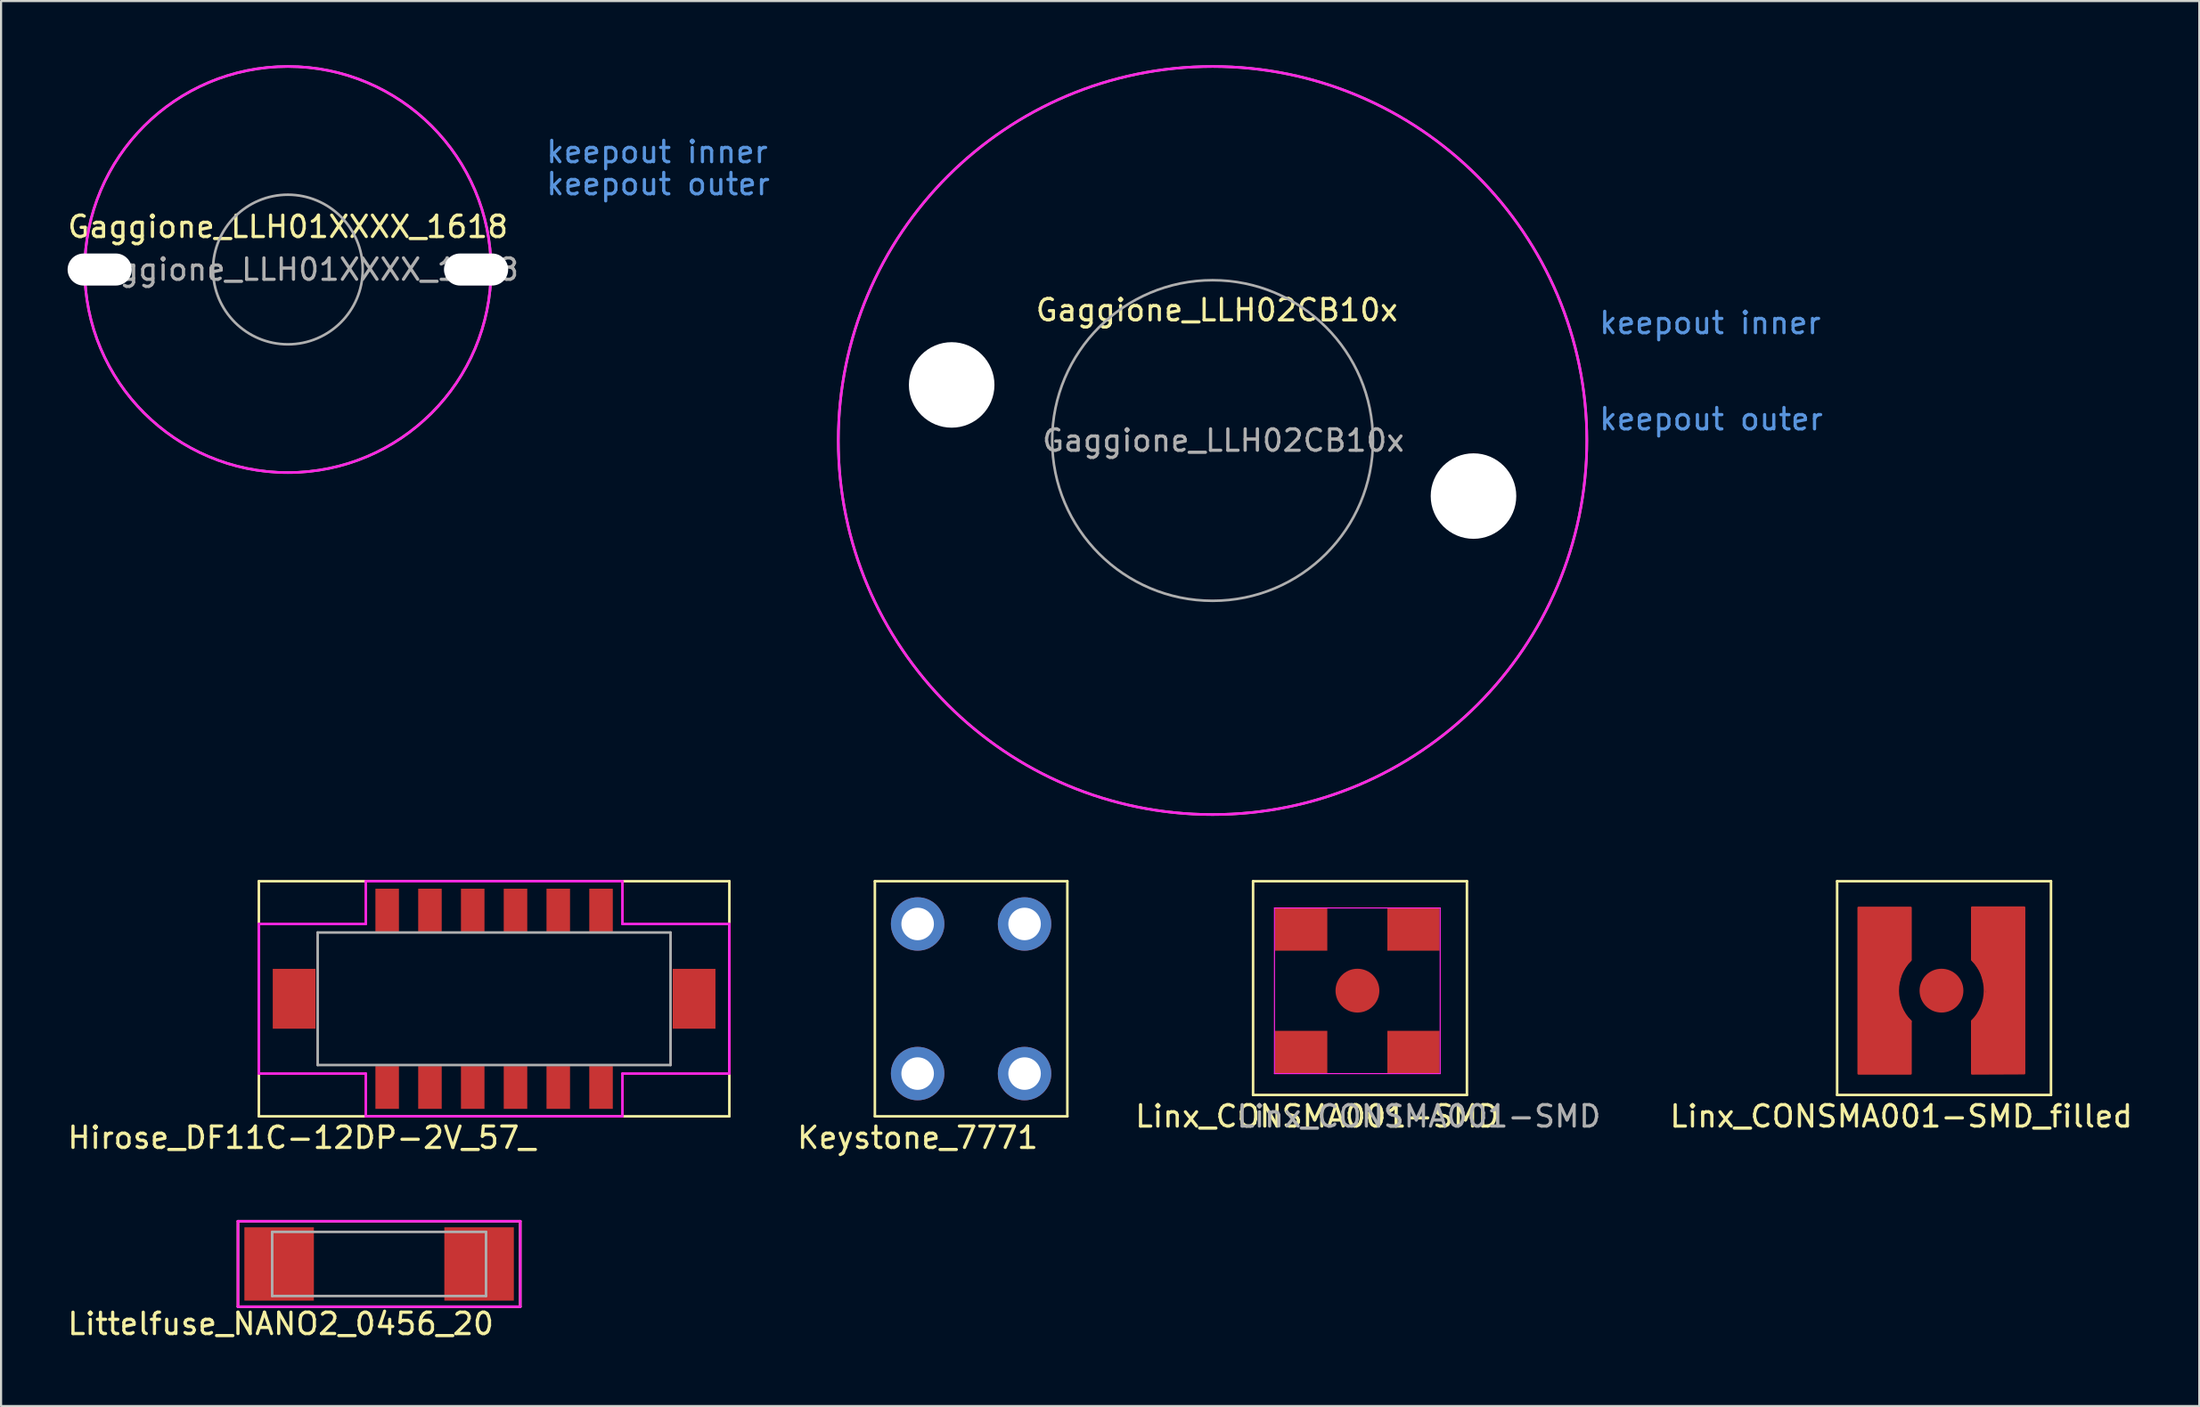
<source format=kicad_pcb>
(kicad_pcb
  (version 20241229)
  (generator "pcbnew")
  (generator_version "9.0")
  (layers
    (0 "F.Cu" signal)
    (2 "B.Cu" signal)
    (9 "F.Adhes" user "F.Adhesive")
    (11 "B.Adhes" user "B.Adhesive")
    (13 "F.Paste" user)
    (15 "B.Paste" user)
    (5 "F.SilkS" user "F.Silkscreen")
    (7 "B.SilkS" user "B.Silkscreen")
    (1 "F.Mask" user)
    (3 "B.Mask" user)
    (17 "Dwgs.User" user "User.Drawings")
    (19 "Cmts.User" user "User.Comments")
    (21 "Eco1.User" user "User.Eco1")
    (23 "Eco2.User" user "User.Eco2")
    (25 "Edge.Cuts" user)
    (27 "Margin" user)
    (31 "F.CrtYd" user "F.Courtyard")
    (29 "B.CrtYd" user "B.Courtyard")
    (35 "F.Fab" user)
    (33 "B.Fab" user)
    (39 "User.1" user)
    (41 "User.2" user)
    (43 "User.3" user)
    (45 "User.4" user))
  (footprint "Hirose_DF11C-12DP-2V_57_"
    (layer "F.Cu")
    (at 20.054 43.68)
    (property "Reference" "Hirose_DF11C-12DP-2V_57_" (at -9 6.5 0) (layer "F.SilkS") (effects (font (size 1 1) (thickness 0.15))))
    (attr through_hole)
    (fp_line (start -11 -5.5) (end 11 -5.5) (stroke (width 0.12) (type solid)) (layer "F.SilkS"))
    (fp_line (start -11 5.5) (end -11 -5.5) (stroke (width 0.12) (type solid)) (layer "F.SilkS"))
    (fp_line (start 11 -5.5) (end 11 5.5) (stroke (width 0.12) (type solid)) (layer "F.SilkS"))
    (fp_line (start 11 5.5) (end -11 5.5) (stroke (width 0.12) (type solid)) (layer "F.SilkS"))
    (fp_line (start -11 3.5) (end -11 -3.5) (stroke (width 0.12) (type solid)) (layer "F.CrtYd"))
    (fp_line (start -6 -5.5) (end 6 -5.5) (stroke (width 0.12) (type solid)) (layer "F.CrtYd"))
    (fp_line (start -6 -3.5) (end -11 -3.5) (stroke (width 0.12) (type solid)) (layer "F.CrtYd"))
    (fp_line (start -6 -3.5) (end -6 -5.5) (stroke (width 0.12) (type solid)) (layer "F.CrtYd"))
    (fp_line (start -6 3.5) (end -11 3.5) (stroke (width 0.12) (type solid)) (layer "F.CrtYd"))
    (fp_line (start -6 5.5) (end -6 3.5) (stroke (width 0.12) (type solid)) (layer "F.CrtYd"))
    (fp_line (start 6 -5.5) (end 6 -3.5) (stroke (width 0.12) (type solid)) (layer "F.CrtYd"))
    (fp_line (start 6 -3.5) (end 11 -3.5) (stroke (width 0.12) (type solid)) (layer "F.CrtYd"))
    (fp_line (start 6 3.5) (end 6 5.5) (stroke (width 0.12) (type solid)) (layer "F.CrtYd"))
    (fp_line (start 6 5.5) (end -6 5.5) (stroke (width 0.12) (type solid)) (layer "F.CrtYd"))
    (fp_line (start 11 -3.5) (end 11 3.5) (stroke (width 0.12) (type solid)) (layer "F.CrtYd"))
    (fp_line (start 11 3.5) (end 6 3.5) (stroke (width 0.12) (type solid)) (layer "F.CrtYd"))
    (fp_line (start -8.25 -3.1) (end -8.25 3.1) (stroke (width 0.12) (type solid)) (layer "F.Fab"))
    (fp_line (start -8.25 -3.1) (end 8.25 -3.1) (stroke (width 0.12) (type solid)) (layer "F.Fab"))
    (fp_line (start -8.25 3.1) (end 8.25 3.1) (stroke (width 0.12) (type solid)) (layer "F.Fab"))
    (fp_line (start 8.25 -3.1) (end 8.25 3.1) (stroke (width 0.12) (type solid)) (layer "F.Fab"))
    (pad "1" smd rect (at 5 4.15) (size 1.1 2) (layers "F.Cu" "F.Mask" "F.Paste"))
    (pad "2" smd rect (at 5 -4.15) (size 1.1 2) (layers "F.Cu" "F.Mask" "F.Paste"))
    (pad "3" smd rect (at 3 4.15) (size 1.1 2) (layers "F.Cu" "F.Mask" "F.Paste"))
    (pad "4" smd rect (at 3 -4.15) (size 1.1 2) (layers "F.Cu" "F.Mask" "F.Paste"))
    (pad "5" smd rect (at 1 4.15) (size 1.1 2) (layers "F.Cu" "F.Mask" "F.Paste"))
    (pad "6" smd rect (at 1 -4.15) (size 1.1 2) (layers "F.Cu" "F.Mask" "F.Paste"))
    (pad "7" smd rect (at -1 4.15) (size 1.1 2) (layers "F.Cu" "F.Mask" "F.Paste"))
    (pad "8" smd rect (at -1 -4.15) (size 1.1 2) (layers "F.Cu" "F.Mask" "F.Paste"))
    (pad "9" smd rect (at -3 4.15) (size 1.1 2) (layers "F.Cu" "F.Mask" "F.Paste"))
    (pad "10" smd rect (at -3 -4.15) (size 1.1 2) (layers "F.Cu" "F.Mask" "F.Paste"))
    (pad "11" smd rect (at -5 4.15) (size 1.1 2) (layers "F.Cu" "F.Mask" "F.Paste"))
    (pad "12" smd rect (at -5 -4.15) (size 1.1 2) (layers "F.Cu" "F.Mask" "F.Paste"))
    (pad "13" smd rect (at -9.35 0) (size 2 2.8) (layers "F.Cu" "F.Mask" "F.Paste"))
    (pad "13" smd rect (at 9.35 0) (size 2 2.8) (layers "F.Cu" "F.Mask" "F.Paste")))
  (footprint "Linx_CONSMA001-SMD"
    (layer "F.Cu")
    (at 56.543 47.18)
    (property "Reference" "Linx_CONSMA001-SMD" (at 2 2 0) (layer "F.SilkS") (effects (font (size 1 1) (thickness 0.15))))
    (attr through_hole)
    (fp_line (start -1 -9) (end 9 -9) (stroke (width 0.12) (type solid)) (layer "F.SilkS"))
    (fp_line (start -1 1) (end -1 -9) (stroke (width 0.12) (type solid)) (layer "F.SilkS"))
    (fp_line (start 9 -9) (end 9 1) (stroke (width 0.12) (type solid)) (layer "F.SilkS"))
    (fp_line (start 9 1) (end -1 1) (stroke (width 0.12) (type solid)) (layer "F.SilkS"))
    (fp_line (start 0 -7.75) (end 7.75 -7.75) (stroke (width 0.05) (type solid)) (layer "F.CrtYd"))
    (fp_line (start 0 0) (end 0 -7.75) (stroke (width 0.05) (type solid)) (layer "F.CrtYd"))
    (fp_line (start 7.75 -7.75) (end 7.75 0) (stroke (width 0.05) (type solid)) (layer "F.CrtYd"))
    (fp_line (start 7.75 0) (end 0 0) (stroke (width 0.05) (type solid)) (layer "F.CrtYd"))
    (fp_text user "${REFERENCE}" (at 6.75 2 0) (layer "F.Fab") (effects (font (size 1 1) (thickness 0.15))))
    (pad "1" smd circle (at 3.88 -3.88) (size 2.05 2.05) (layers "F.Cu" "F.Mask" "F.Paste"))
    (pad "2" smd rect (at 1.25 -6.75) (size 2.44 2) (layers "F.Cu" "F.Mask" "F.Paste"))
    (pad "3" smd rect (at 1.25 -1) (size 2.44 2) (layers "F.Cu" "F.Mask" "F.Paste"))
    (pad "4" smd rect (at 6.5 -1) (size 2.44 2) (layers "F.Cu" "F.Mask" "F.Paste"))
    (pad "5" smd rect (at 6.5 -6.75) (size 2.44 2) (layers "F.Cu" "F.Mask" "F.Paste")))
  (footprint "Linx_CONSMA001-SMD_filled"
    (layer "F.Cu")
    (at 83.852 47.18)
    (property "Reference" "Linx_CONSMA001-SMD_filled" (at 2 2 0) (layer "F.SilkS") (effects (font (size 1 1) (thickness 0.15))))
    (attr through_hole)
    (fp_arc (start 2.44 -2.44) (mid 1.843545 -3.872891) (end 2.429982 -5.309912) (stroke (width 0.1) (type solid)) (layer "F.Cu"))
    (fp_arc (start 5.320018 -5.319912) (mid 5.906455 -3.882891) (end 5.31 -2.45) (stroke (width 0.1) (type solid)) (layer "F.Cu"))
    (fp_poly (pts (xy 2.44 -5.32) (xy 2.28 -5.17) (xy 2 -4.76) (xy 1.75 -3.828) (xy 2 -3.01) (xy 2.21 -2.66) (xy 2.44 -2.44) (xy 2.44 0) (xy 0 0) (xy 0 -7.76) (xy 2.44 -7.76)) (stroke (width 0.1) (type solid)) (fill yes) (layer "F.Cu"))
    (fp_poly (pts (xy 5.31 -5.33) (xy 5.47 -5.18) (xy 5.75 -4.77) (xy 6 -3.837) (xy 5.75 -3.02) (xy 5.54 -2.67) (xy 5.31 -2.45) (xy 5.31 0) (xy 7.75 -0.01) (xy 7.75 -7.77) (xy 5.31 -7.77)) (stroke (width 0.1) (type solid)) (fill yes) (layer "F.Cu"))
    (fp_line (start -1 -9) (end 9 -9) (stroke (width 0.12) (type solid)) (layer "F.SilkS"))
    (fp_line (start -1 1) (end -1 -9) (stroke (width 0.12) (type solid)) (layer "F.SilkS"))
    (fp_line (start 9 -9) (end 9 1) (stroke (width 0.12) (type solid)) (layer "F.SilkS"))
    (fp_line (start 9 1) (end -1 1) (stroke (width 0.12) (type solid)) (layer "F.SilkS"))
    (pad "1" smd circle (at 3.88 -3.88) (size 2.05 2.05) (layers "F.Cu" "F.Mask" "F.Paste"))
    (pad "2" smd rect (at 1.2 -6.62) (size 2 2) (layers "F.Cu" "F.Mask" "F.Paste"))
    (pad "3" smd rect (at 1.17 -1.28) (size 2 2) (layers "F.Cu" "F.Mask" "F.Paste"))
    (pad "4" smd rect (at 6.65 -1.17) (size 2 2) (layers "F.Cu" "F.Mask" "F.Paste"))
    (pad "5" smd rect (at 6.59 -6.58) (size 2 2) (layers "F.Cu" "F.Mask" "F.Paste")))
  (footprint "Gaggione_LLH01XXXX_1618"
    (layer "F.Cu")
    (at 10.411 9.56)
    (property "Reference" "Gaggione_LLH01XXXX_1618" (at 0 -2 0) (layer "F.SilkS") (effects (font (size 1 1) (thickness 0.15))))
    (attr smd)
    (fp_circle (center 0 0) (end 9.5 0) (stroke (width 0.12) (type solid)) (fill no) (layer "F.CrtYd"))
    (fp_circle (center 0 0) (end 3.5 0) (stroke (width 0.12) (type solid)) (fill no) (layer "F.Fab"))
    (fp_circle (center 0 0) (end 9.5 0) (stroke (width 0.12) (type solid)) (fill no) (layer "F.Fab"))
    (fp_text user "keepout inner" (at 12 -5.5 0) (layer "Cmts.User") (effects (font (size 1 1) (thickness 0.15)) (justify left)))
    (fp_text user "keepout outer" (at 12 -4 0) (layer "Cmts.User") (effects (font (size 1 1) (thickness 0.15)) (justify left)))
    (fp_text user "${REFERENCE}" (at 0.5 0 0) (layer "F.Fab") (effects (font (size 1 1) (thickness 0.15))))
    (pad "" np_thru_hole oval (at -8.8 0) (size 3 1.5) (drill oval 3 1.5) (layers "*.Cu" "*.Mask"))
    (pad "" np_thru_hole oval (at 8.8 0) (size 3 1.5) (drill oval 3 1.5) (layers "*.Cu" "*.Mask")))
  (footprint "Littelfuse_NANO2_0456_20"
    (layer "F.Cu")
    (at 14.677 56.088)
    (property "Reference" "Littelfuse_NANO2_0456_20" (at -4.6 2.8 0) (layer "F.SilkS") (effects (font (size 1 1) (thickness 0.15))))
    (attr smd)
    (fp_line (start -6.6 -2) (end 6.6 -2) (stroke (width 0.12) (type solid)) (layer "F.SilkS"))
    (fp_line (start -6.6 2) (end -6.6 -2) (stroke (width 0.12) (type solid)) (layer "F.SilkS"))
    (fp_line (start 6.6 -2) (end 6.6 2) (stroke (width 0.12) (type solid)) (layer "F.SilkS"))
    (fp_line (start 6.6 2) (end -6.6 2) (stroke (width 0.12) (type solid)) (layer "F.SilkS"))
    (fp_line (start -6.6 -2) (end 6.6 -2) (stroke (width 0.12) (type solid)) (layer "F.CrtYd"))
    (fp_line (start -6.6 2) (end -6.6 -2) (stroke (width 0.12) (type solid)) (layer "F.CrtYd"))
    (fp_line (start 6.6 -2) (end 6.6 2) (stroke (width 0.12) (type solid)) (layer "F.CrtYd"))
    (fp_line (start 6.6 2) (end -6.6 2) (stroke (width 0.12) (type solid)) (layer "F.CrtYd"))
    (fp_line (start -5 -1.5) (end 5 -1.5) (stroke (width 0.12) (type solid)) (layer "F.Fab"))
    (fp_line (start -5 1.5) (end -5 -1.5) (stroke (width 0.12) (type solid)) (layer "F.Fab"))
    (fp_line (start 5 -1.5) (end 5 1.5) (stroke (width 0.12) (type solid)) (layer "F.Fab"))
    (fp_line (start 5 1.5) (end -5 1.5) (stroke (width 0.12) (type solid)) (layer "F.Fab"))
    (pad "1" smd rect (at -4.675 0) (size 3.25 3.43) (layers "F.Cu" "F.Mask" "F.Paste"))
    (pad "2" smd rect (at 4.675 0) (size 3.25 3.43) (layers "F.Cu" "F.Mask" "F.Paste")))
  (footprint "Gaggione_LLH02CB10x"
    (layer "F.Cu")
    (at 53.649 17.56)
    (property "Reference" "Gaggione_LLH02CB10x" (at 0.2 -6.1 0) (layer "F.SilkS") (effects (font (size 1 1) (thickness 0.15))))
    (attr smd)
    (fp_circle (center 0 0) (end 17.5 0) (stroke (width 0.12) (type solid)) (fill no) (layer "F.CrtYd"))
    (fp_circle (center 0 0) (end 7.5 0) (stroke (width 0.12) (type solid)) (fill no) (layer "F.Fab"))
    (fp_circle (center 0 0) (end 17.5 0) (stroke (width 0.12) (type solid)) (fill no) (layer "F.Fab"))
    (fp_text user "keepout inner" (at 18 -5.5 0) (layer "Cmts.User") (effects (font (size 1 1) (thickness 0.15)) (justify left)))
    (fp_text user "keepout outer" (at 18 -1 0) (layer "Cmts.User") (effects (font (size 1 1) (thickness 0.15)) (justify left)))
    (fp_text user "${REFERENCE}" (at 0.5 0 0) (layer "F.Fab") (effects (font (size 1 1) (thickness 0.15))))
    (pad "" np_thru_hole circle (at -12.2 -2.6) (size 4 4) (drill 4) (layers "*.Cu" "*.Mask"))
    (pad "" np_thru_hole circle (at 12.2 2.6) (size 4 4) (drill 4) (layers "*.Cu" "*.Mask")))
  (footprint "Keystone_7771"
    (layer "F.Cu")
    (at 37.858 49.18)
    (property "Reference" "Keystone_7771" (at 2 1 0) (layer "F.SilkS") (effects (font (size 1 1) (thickness 0.15))))
    (attr through_hole)
    (fp_line (start 0 -11) (end 9 -11) (stroke (width 0.12) (type solid)) (layer "F.SilkS"))
    (fp_line (start 0 0) (end 0 -11) (stroke (width 0.12) (type solid)) (layer "F.SilkS"))
    (fp_line (start 9 -11) (end 9 0) (stroke (width 0.12) (type solid)) (layer "F.SilkS"))
    (fp_line (start 9 0) (end 0 0) (stroke (width 0.12) (type solid)) (layer "F.SilkS"))
    (pad "1" thru_hole circle (at 2 -9) (size 2.5 2.5) (drill 1.52) (layers "*.Cu" "*.Mask"))
    (pad "1" thru_hole circle (at 2 -2) (size 2.5 2.5) (drill 1.52) (layers "*.Cu" "*.Mask"))
    (pad "1" thru_hole circle (at 7 -9) (size 2.5 2.5) (drill 1.52) (layers "*.Cu" "*.Mask"))
    (pad "1" thru_hole circle (at 7 -2) (size 2.5 2.5) (drill 1.52) (layers "*.Cu" "*.Mask")))
  (gr_rect
    (start -3 -3)
    (end 99.787 62.736)
    (stroke (width 0.1) (type default))
    (fill no)
    (layer "Edge.Cuts")))
</source>
